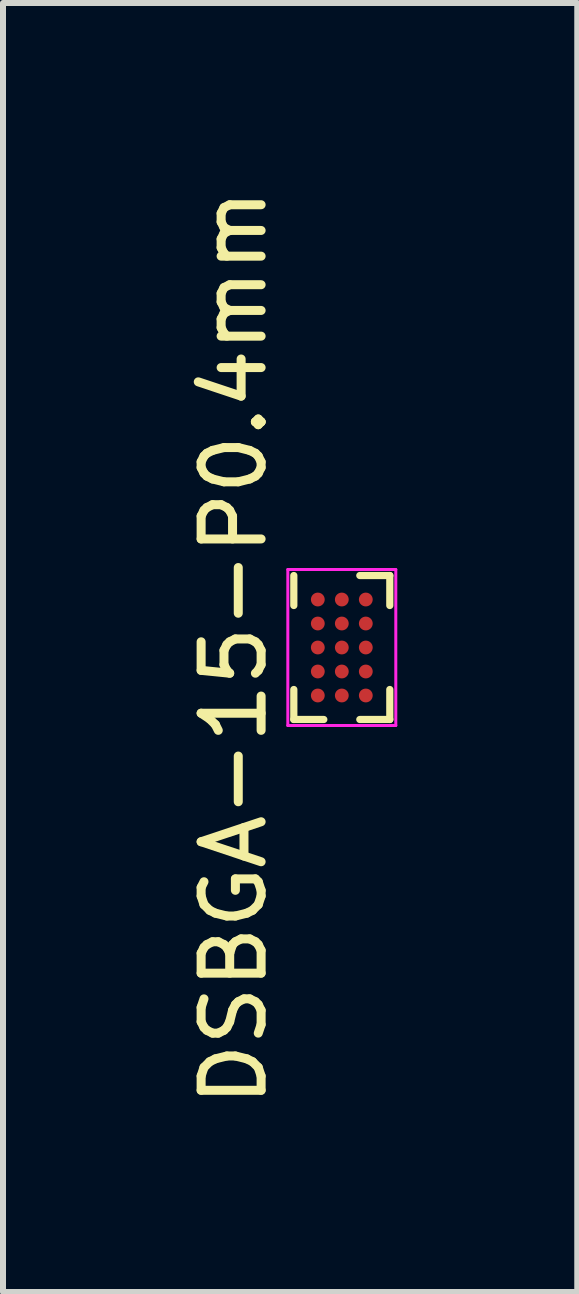
<source format=kicad_pcb>
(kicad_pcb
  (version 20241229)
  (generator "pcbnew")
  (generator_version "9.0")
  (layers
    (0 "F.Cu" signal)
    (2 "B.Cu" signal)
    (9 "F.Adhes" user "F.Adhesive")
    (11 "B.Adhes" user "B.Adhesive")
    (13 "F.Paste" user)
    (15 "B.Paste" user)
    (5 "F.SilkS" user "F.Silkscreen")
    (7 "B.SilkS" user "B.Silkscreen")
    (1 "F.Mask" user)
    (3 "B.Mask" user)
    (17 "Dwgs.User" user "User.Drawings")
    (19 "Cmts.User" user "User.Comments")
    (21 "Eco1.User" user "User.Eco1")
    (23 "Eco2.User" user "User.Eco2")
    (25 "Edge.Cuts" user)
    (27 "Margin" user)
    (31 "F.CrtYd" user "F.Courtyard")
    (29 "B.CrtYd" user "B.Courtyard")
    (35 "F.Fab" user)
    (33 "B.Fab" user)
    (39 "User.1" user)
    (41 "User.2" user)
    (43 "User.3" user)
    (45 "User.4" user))
  (footprint "DSBGA-15-P0.4mm"
    (layer "F.Cu")
    (at 2.648 7.744)
    (property "Reference" "DSBGA-15-P0.4mm" (at -1.8 0 90) (layer "F.SilkS") (effects (font (size 1 1) (thickness 0.15))))
    (attr through_hole)
    (fp_line (start -0.8 -1.2) (end -0.8 -0.7) (stroke (width 0.12) (type solid)) (layer "F.SilkS"))
    (fp_line (start -0.8 1.2) (end -0.8 0.7) (stroke (width 0.12) (type solid)) (layer "F.SilkS"))
    (fp_line (start -0.3 1.2) (end -0.8 1.2) (stroke (width 0.12) (type solid)) (layer "F.SilkS"))
    (fp_line (start 0.3 -1.2) (end 0.8 -1.2) (stroke (width 0.12) (type solid)) (layer "F.SilkS"))
    (fp_line (start 0.3 1.2) (end 0.8 1.2) (stroke (width 0.12) (type solid)) (layer "F.SilkS"))
    (fp_line (start 0.8 -1.2) (end 0.8 -0.7) (stroke (width 0.12) (type solid)) (layer "F.SilkS"))
    (fp_line (start 0.8 1.2) (end 0.8 0.7) (stroke (width 0.12) (type solid)) (layer "F.SilkS"))
    (fp_line (start -0.9 -1.3) (end 0.9 -1.3) (stroke (width 0.05) (type solid)) (layer "F.CrtYd"))
    (fp_line (start -0.9 1.3) (end -0.9 -1.3) (stroke (width 0.05) (type solid)) (layer "F.CrtYd"))
    (fp_line (start 0.9 -1.3) (end 0.9 1.3) (stroke (width 0.05) (type solid)) (layer "F.CrtYd"))
    (fp_line (start 0.9 1.3) (end -0.9 1.3) (stroke (width 0.05) (type solid)) (layer "F.CrtYd"))
    (pad "" smd circle (at -0.4 -0.8) (size 0.24 0.24) (layers "F.Mask"))
    (pad "" smd roundrect (at -0.4 -0.8) (size 0.25 0.25) (layers "F.Mask") (roundrect_rratio 0.25))
    (pad "" smd circle (at -0.4 -0.4) (size 0.24 0.24) (layers "F.Mask"))
    (pad "" smd roundrect (at -0.4 -0.4) (size 0.25 0.25) (layers "F.Mask") (roundrect_rratio 0.25))
    (pad "" smd circle (at -0.4 0) (size 0.24 0.24) (layers "F.Mask"))
    (pad "" smd roundrect (at -0.4 0) (size 0.25 0.25) (layers "F.Mask") (roundrect_rratio 0.25))
    (pad "" smd circle (at -0.4 0.4) (size 0.24 0.24) (layers "F.Mask"))
    (pad "" smd roundrect (at -0.4 0.4) (size 0.25 0.25) (layers "F.Mask") (roundrect_rratio 0.25))
    (pad "" smd circle (at -0.4 0.8) (size 0.24 0.24) (layers "F.Mask"))
    (pad "" smd roundrect (at -0.4 0.8) (size 0.25 0.25) (layers "F.Mask") (roundrect_rratio 0.25))
    (pad "" smd circle (at 0 -0.8) (size 0.24 0.24) (layers "F.Mask"))
    (pad "" smd roundrect (at 0 -0.8) (size 0.25 0.25) (layers "F.Mask") (roundrect_rratio 0.25))
    (pad "" smd circle (at 0 -0.4) (size 0.24 0.24) (layers "F.Mask"))
    (pad "" smd roundrect (at 0 -0.4) (size 0.25 0.25) (layers "F.Mask") (roundrect_rratio 0.25))
    (pad "" smd circle (at 0 0) (size 0.24 0.24) (layers "F.Mask"))
    (pad "" smd roundrect (at 0 0) (size 0.25 0.25) (layers "F.Mask") (roundrect_rratio 0.25))
    (pad "" smd circle (at 0 0.4) (size 0.24 0.24) (layers "F.Mask"))
    (pad "" smd roundrect (at 0 0.4) (size 0.25 0.25) (layers "F.Mask") (roundrect_rratio 0.25))
    (pad "" smd circle (at 0 0.8) (size 0.24 0.24) (layers "F.Mask"))
    (pad "" smd roundrect (at 0 0.8) (size 0.25 0.25) (layers "F.Mask") (roundrect_rratio 0.25))
    (pad "" smd circle (at 0.4 -0.8) (size 0.24 0.24) (layers "F.Mask"))
    (pad "" smd roundrect (at 0.4 -0.8) (size 0.25 0.25) (layers "F.Mask") (roundrect_rratio 0.25))
    (pad "" smd circle (at 0.4 -0.4) (size 0.24 0.24) (layers "F.Mask"))
    (pad "" smd roundrect (at 0.4 -0.4) (size 0.25 0.25) (layers "F.Mask") (roundrect_rratio 0.25))
    (pad "" smd circle (at 0.4 0) (size 0.24 0.24) (layers "F.Mask"))
    (pad "" smd roundrect (at 0.4 0) (size 0.25 0.25) (layers "F.Mask") (roundrect_rratio 0.25))
    (pad "" smd circle (at 0.4 0.4) (size 0.24 0.24) (layers "F.Mask"))
    (pad "" smd roundrect (at 0.4 0.4) (size 0.25 0.25) (layers "F.Mask") (roundrect_rratio 0.25))
    (pad "" smd circle (at 0.4 0.8) (size 0.24 0.24) (layers "F.Mask"))
    (pad "" smd roundrect (at 0.4 0.8) (size 0.25 0.25) (layers "F.Mask") (roundrect_rratio 0.25))
    (pad "A1" smd circle (at -0.4 -0.8) (size 0.23 0.23) (layers "F.Cu"))
    (pad "A2" smd circle (at 0 -0.8) (size 0.23 0.23) (layers "F.Cu"))
    (pad "A3" smd circle (at 0.4 -0.8) (size 0.23 0.23) (layers "F.Cu"))
    (pad "B1" smd circle (at -0.4 -0.4) (size 0.23 0.23) (layers "F.Cu"))
    (pad "B2" smd circle (at 0 -0.4) (size 0.23 0.23) (layers "F.Cu"))
    (pad "B3" smd circle (at 0.4 -0.4) (size 0.23 0.23) (layers "F.Cu"))
    (pad "C1" smd circle (at -0.4 0) (size 0.23 0.23) (layers "F.Cu"))
    (pad "C2" smd circle (at 0 0) (size 0.23 0.23) (layers "F.Cu"))
    (pad "C3" smd circle (at 0.4 0) (size 0.23 0.23) (layers "F.Cu"))
    (pad "D1" smd circle (at -0.4 0.4) (size 0.23 0.23) (layers "F.Cu"))
    (pad "D2" smd circle (at 0 0.4) (size 0.23 0.23) (layers "F.Cu"))
    (pad "D3" smd circle (at 0.4 0.4) (size 0.23 0.23) (layers "F.Cu"))
    (pad "E1" smd circle (at -0.4 0.8) (size 0.23 0.23) (layers "F.Cu"))
    (pad "E2" smd circle (at 0 0.8) (size 0.23 0.23) (layers "F.Cu"))
    (pad "E3" smd circle (at 0.4 0.8) (size 0.23 0.23) (layers "F.Cu")))
  (gr_rect
    (start -3 -3)
    (end 6.573 18.488)
    (stroke (width 0.1) (type default))
    (fill no)
    (layer "Edge.Cuts")))
</source>
